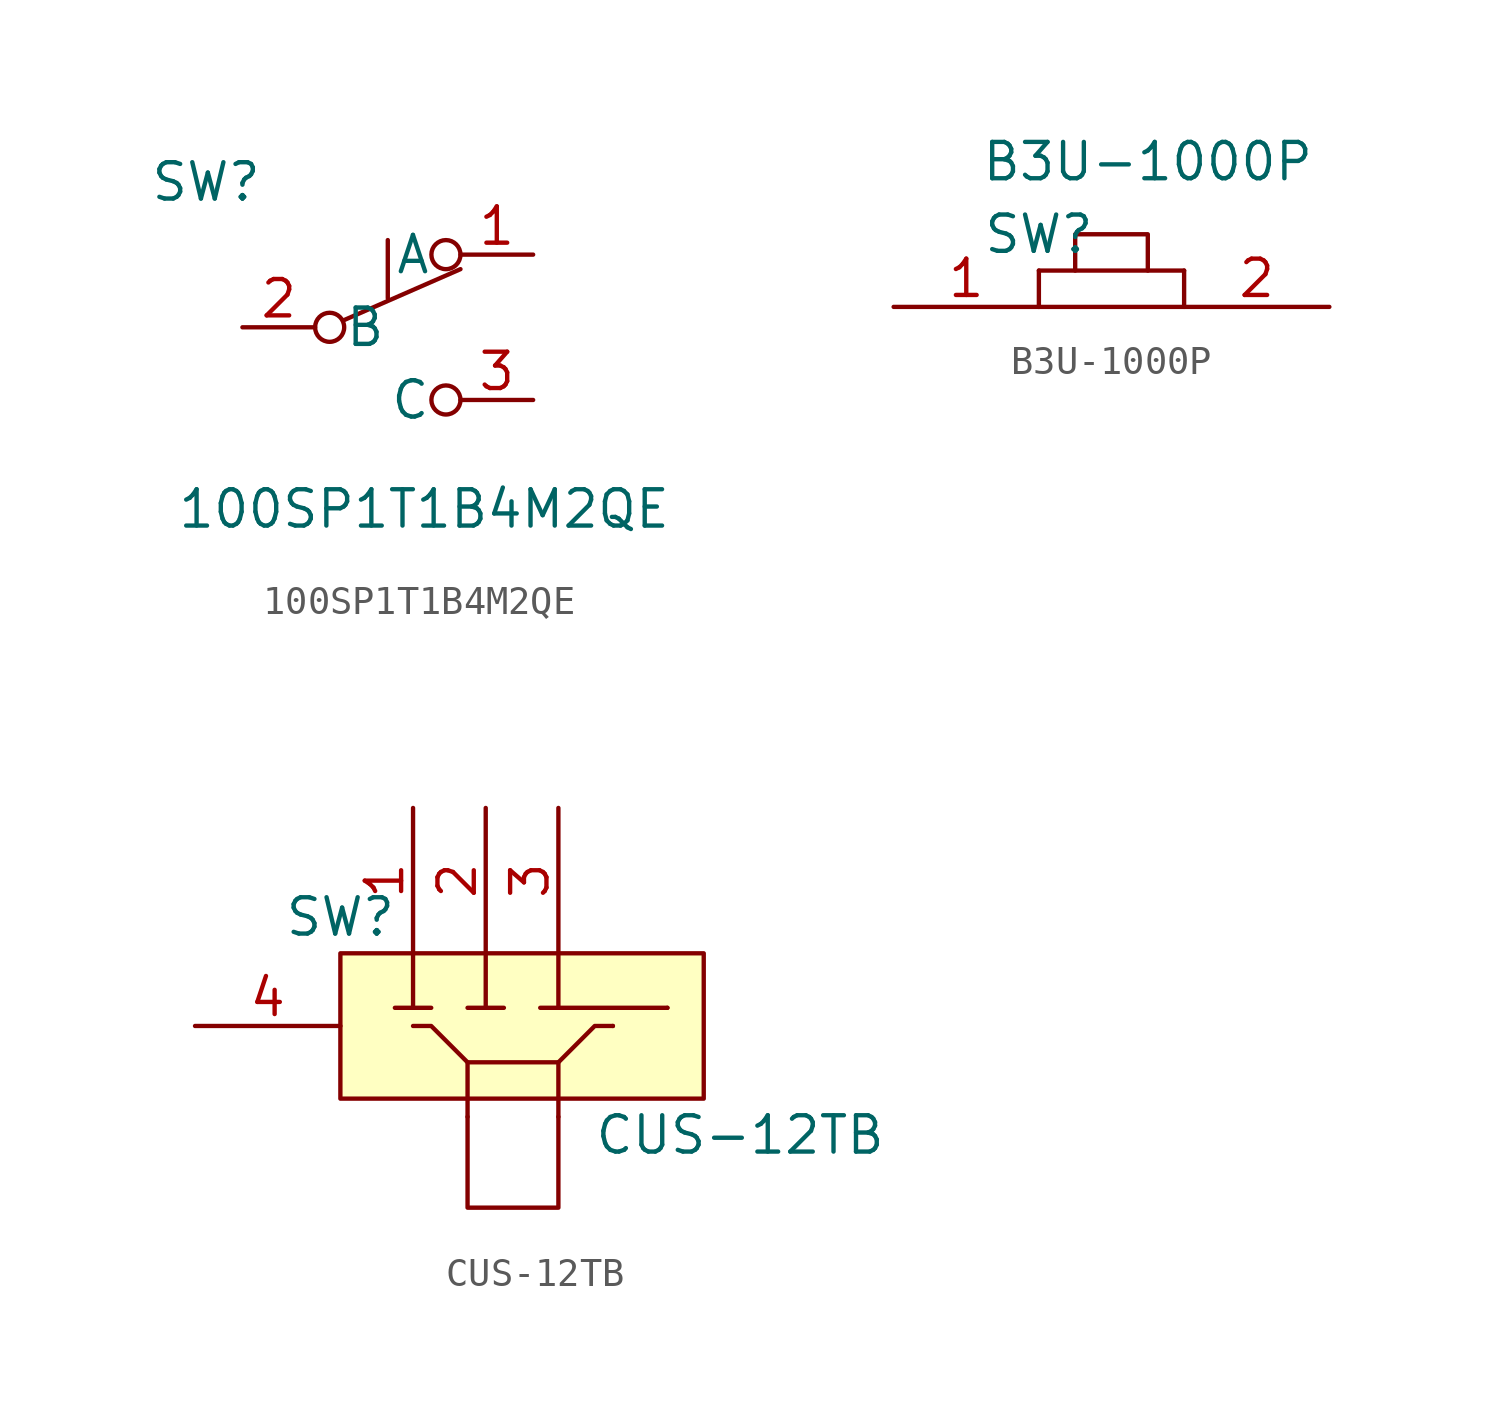
<source format=kicad_sym>
(kicad_symbol_lib
  (version 20231120)
  (generator "kicad_symbol_editor")
  (generator_version "8.0")
  (symbol "100SP1T1B4M2QE"
    (pin_names
      (offset 1.016))
    (property "Reference" "SW"
      (at -6.35 5.08 0)
      (effects (font (size 1.27 1.27))))
    (property "Value" "100SP1T1B4M2QE"
      (at 1.27 -6.35 0)
      (effects (font (size 1.27 1.27))))
    (symbol "100SP1T1B4M2QE_1_1"
      (circle (center -2.032 0) (radius 0.508) (stroke (width 0) (type default)) (fill (type none)))
      (polyline (pts (xy -1.524 0.254) (xy 2.54 2.032)) (stroke (width 0) (type default)) (fill (type none)))
      (polyline (pts (xy 0 1.016) (xy 0 3.048)) (stroke (width 0) (type default)) (fill (type none)))
      (circle (center 2.032 -2.54) (radius 0.508) (stroke (width 0) (type default)) (fill (type none)))
      (circle (center 2.032 2.54) (radius 0.508) (stroke (width 0) (type default)) (fill (type none)))
      (pin passive line (at 5.08 2.54 180) (length 2.54) (name "A" (effects (font (size 1.27 1.27)))) (number "1" (effects (font (size 1.27 1.27)))))
      (pin passive line (at -5.08 0 0) (length 2.54) (name "B" (effects (font (size 1.27 1.27)))) (number "2" (effects (font (size 1.27 1.27)))))
      (pin passive line (at 5.08 -2.54 180) (length 2.54) (name "C" (effects (font (size 1.27 1.27)))) (number "3" (effects (font (size 1.27 1.27)))))))
  (symbol "B3U-1000P"
    (pin_names
      (offset 1.016))
    (property "Reference" "SW"
      (at -2.54 2.54 0)
      (effects (font (size 1.27 1.27))))
    (property "Value" "B3U-1000P"
      (at 1.27 5.08 0)
      (effects (font (size 1.27 1.27))))
    (symbol "B3U-1000P_1_1"
      (polyline (pts (xy -2.54 0) (xy -2.54 1.27)) (stroke (width 0) (type default)) (fill (type none)))
      (polyline (pts (xy -2.54 1.27) (xy 2.54 1.27)) (stroke (width 0) (type default)) (fill (type none)))
      (polyline (pts (xy -2.54 0) (xy 2.54 0) (xy 2.54 1.27)) (stroke (width 0) (type default)) (fill (type none)))
      (polyline (pts (xy -1.27 1.27) (xy -1.27 2.54) (xy 1.27 2.54) (xy 1.27 1.27)) (stroke (width 0) (type default)) (fill (type none)))
      (pin passive line (at -7.62 0 0) (length 5.08) (name "~" (effects (font (size 1.27 1.27)))) (number "1" (effects (font (size 1.27 1.27)))))
      (pin passive line (at 7.62 0 180) (length 5.08) (name "~" (effects (font (size 1.27 1.27)))) (number "2" (effects (font (size 1.27 1.27)))))))
  (symbol "CUS-12TB"
    (pin_names
      (offset 1.016))
    (property "Reference" "SW"
      (at 0 1.27 0)
      (effects (font (size 1.27 1.27))))
    (property "Value" "CUS-12TB"
      (at 13.97 -6.35 0)
      (effects (font (size 1.27 1.27))))
    (symbol "CUS-12TB_1_1"
      (polyline (pts (xy 1.905 -1.905) (xy 3.175 -1.905)) (stroke (width 0) (type default)) (fill (type none)))
      (polyline (pts (xy 4.445 -5.715) (xy 4.445 -3.81)) (stroke (width 0) (type default)) (fill (type none)))
      (polyline (pts (xy 6.985 -1.905) (xy 11.43 -1.905)) (stroke (width 0) (type default)) (fill (type none)))
      (polyline (pts (xy 7.62 -3.81) (xy 7.62 -5.715)) (stroke (width 0) (type default)) (fill (type none)))
      (polyline (pts (xy 9.525 -2.54) (xy 9.525 -2.54)) (stroke (width 0) (type default)) (fill (type none)))
      (polyline (pts (xy 11.43 -1.905) (xy 11.43 -1.905)) (stroke (width 0) (type default)) (fill (type none)))
      (polyline (pts (xy 2.54 -0.635) (xy 2.54 0) (xy 2.54 -1.905)) (stroke (width 0) (type default)) (fill (type none)))
      (polyline (pts (xy 7.62 -0.635) (xy 7.62 0) (xy 7.62 -1.905)) (stroke (width 0) (type default)) (fill (type none)))
      (polyline (pts (xy 4.445 -5.715) (xy 4.445 -8.89) (xy 7.62 -8.89) (xy 7.62 -5.715)) (stroke (width 0) (type default)) (fill (type none)))
      (polyline (pts (xy 5.08 -0.635) (xy 5.08 0) (xy 5.08 -1.905) (xy 4.445 -1.905) (xy 5.715 -1.905)) (stroke (width 0) (type default)) (fill (type none)))
      (polyline (pts (xy 2.54 -2.54) (xy 3.175 -2.54) (xy 4.445 -3.81) (xy 7.62 -3.81) (xy 8.89 -2.54) (xy 9.525 -2.54)) (stroke (width 0) (type default)) (fill (type none)))
      (rectangle (start 0 0) (end 12.7 -5.08) (stroke (width 0) (type default)) (fill (type background)))
      (pin passive line (at 2.54 5.08 270) (length 5.08) (name "~" (effects (font (size 1.27 1.27)))) (number "1" (effects (font (size 1.27 1.27)))))
      (pin passive line (at 5.08 5.08 270) (length 5.08) (name "~" (effects (font (size 1.27 1.27)))) (number "2" (effects (font (size 1.27 1.27)))))
      (pin passive line (at 7.62 5.08 270) (length 5.08) (name "~" (effects (font (size 1.27 1.27)))) (number "3" (effects (font (size 1.27 1.27)))))
      (pin passive line (at -5.08 -2.54 0) (length 5.08) (name "~" (effects (font (size 1.27 1.27)))) (number "4" (effects (font (size 1.27 1.27))))))))
</source>
